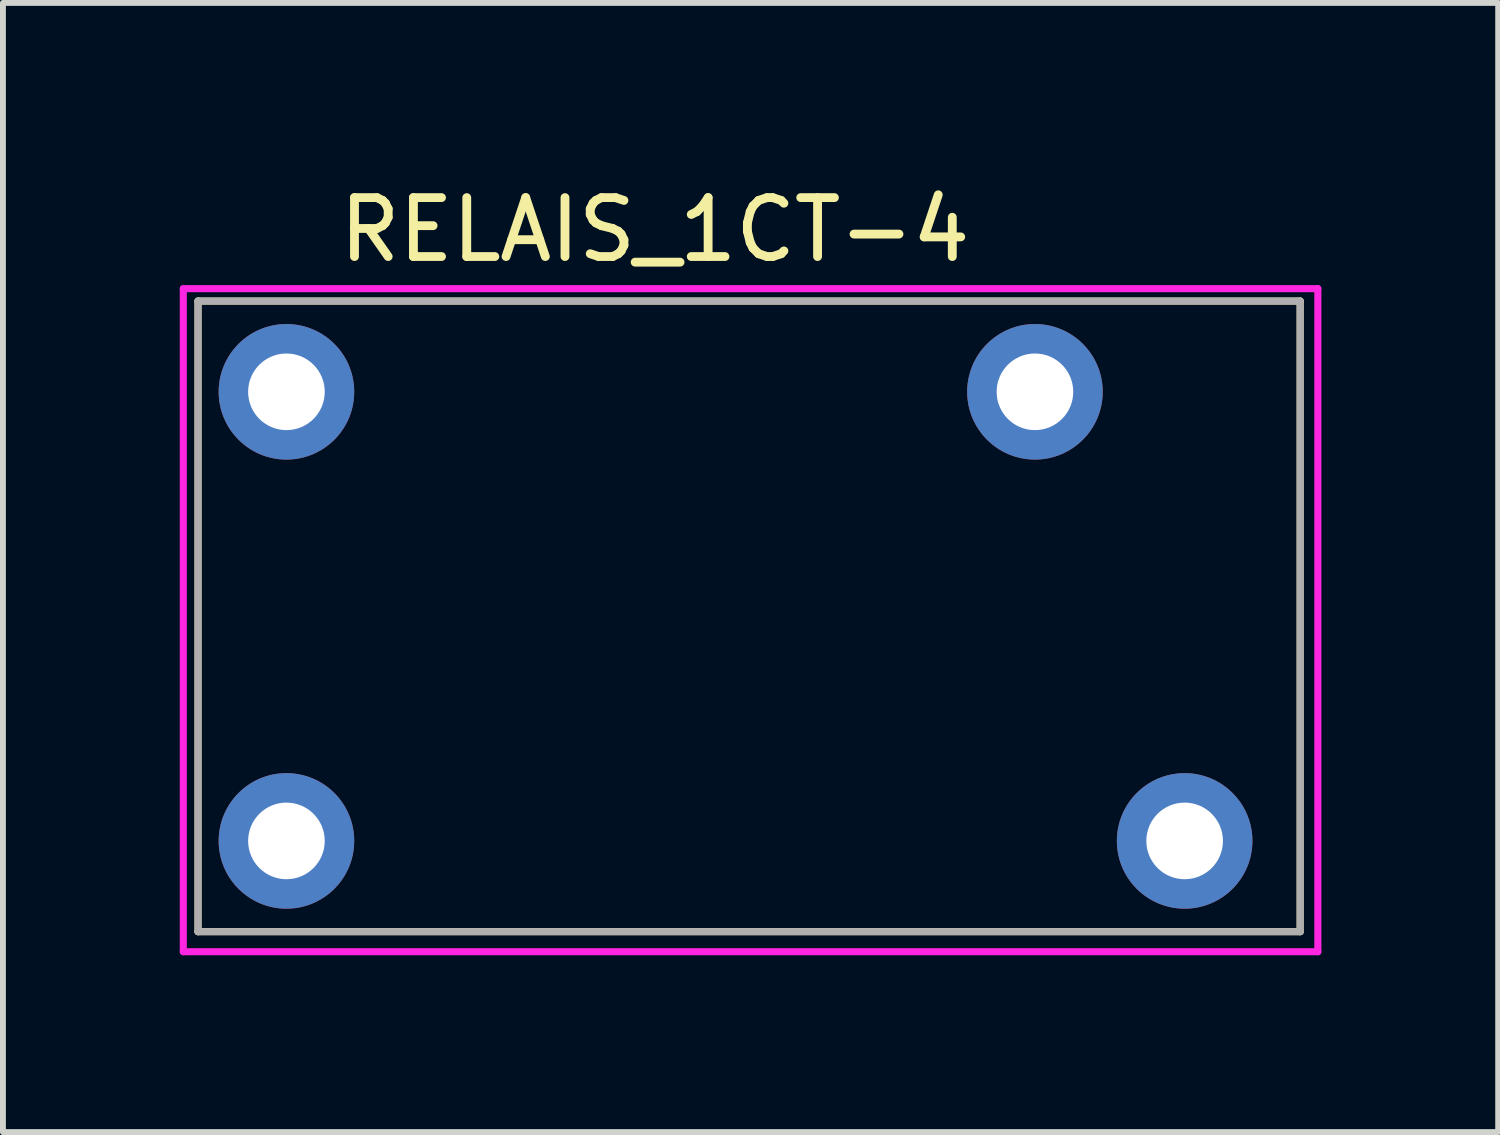
<source format=kicad_pcb>
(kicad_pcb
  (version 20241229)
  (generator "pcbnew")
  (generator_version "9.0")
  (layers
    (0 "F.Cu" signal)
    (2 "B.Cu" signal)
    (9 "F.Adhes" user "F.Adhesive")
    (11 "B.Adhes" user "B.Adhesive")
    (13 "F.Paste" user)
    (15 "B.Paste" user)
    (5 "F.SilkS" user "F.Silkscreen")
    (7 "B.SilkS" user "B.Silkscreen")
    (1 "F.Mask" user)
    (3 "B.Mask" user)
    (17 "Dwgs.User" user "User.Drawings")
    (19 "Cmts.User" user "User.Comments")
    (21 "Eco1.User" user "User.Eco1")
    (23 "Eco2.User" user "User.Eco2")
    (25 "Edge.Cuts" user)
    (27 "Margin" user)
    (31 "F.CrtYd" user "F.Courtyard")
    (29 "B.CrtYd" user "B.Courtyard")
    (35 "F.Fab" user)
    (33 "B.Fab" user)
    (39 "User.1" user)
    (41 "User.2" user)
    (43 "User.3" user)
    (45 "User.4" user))
  (footprint "RELAIS_1CT-4"
    (layer "F.Cu")
    (at 1.81 3.598)
    (property "Reference" "RELAIS_1CT-4" (at 6.25 -2.75 0) (layer "F.SilkS") (effects (font (size 1 1) (thickness 0.15))))
    (attr through_hole)
    (fp_line (start -1.5 -1.54) (end -1.5 9.16) (stroke (width 0.12) (type solid)) (layer "F.SilkS"))
    (fp_line (start -1.5 -1.54) (end 17.2 -1.54) (stroke (width 0.12) (type solid)) (layer "F.SilkS"))
    (fp_line (start -1.5 9.16) (end 17.2 9.16) (stroke (width 0.12) (type solid)) (layer "F.SilkS"))
    (fp_line (start 17.2 -1.54) (end 17.2 9.16) (stroke (width 0.12) (type solid)) (layer "F.SilkS"))
    (fp_line (start -1.75 -1.75) (end -1.75 9.5) (stroke (width 0.12) (type solid)) (layer "F.CrtYd"))
    (fp_line (start -1.75 9.5) (end 17.5 9.5) (stroke (width 0.12) (type solid)) (layer "F.CrtYd"))
    (fp_line (start 17.5 -1.75) (end -1.75 -1.75) (stroke (width 0.12) (type solid)) (layer "F.CrtYd"))
    (fp_line (start 17.5 9.5) (end 17.5 -1.75) (stroke (width 0.12) (type solid)) (layer "F.CrtYd"))
    (fp_line (start -1.5 -1.54) (end -1.5 9.16) (stroke (width 0.12) (type solid)) (layer "F.Fab"))
    (fp_line (start -1.5 -1.54) (end 17.2 -1.54) (stroke (width 0.12) (type solid)) (layer "F.Fab"))
    (fp_line (start -1.5 9.16) (end 17.2 9.16) (stroke (width 0.12) (type solid)) (layer "F.Fab"))
    (fp_line (start 17.2 -1.54) (end 17.2 9.16) (stroke (width 0.12) (type solid)) (layer "F.Fab"))
    (pad "b1" thru_hole circle (at 0 0) (size 2.3 2.3) (drill 1.3) (layers "*.Cu" "*.Mask"))
    (pad "b2" thru_hole circle (at 0 7.62) (size 2.3 2.3) (drill 1.3) (layers "*.Cu" "*.Mask"))
    (pad "c1" thru_hole circle (at 12.7 0) (size 2.3 2.3) (drill 1.3) (layers "*.Cu" "*.Mask"))
    (pad "c2" thru_hole circle (at 15.24 7.62) (size 2.3 2.3) (drill 1.3) (layers "*.Cu" "*.Mask")))
  (gr_rect
    (start -3 -3)
    (end 22.37 16.158)
    (stroke (width 0.1) (type default))
    (fill no)
    (layer "Edge.Cuts")))
</source>
